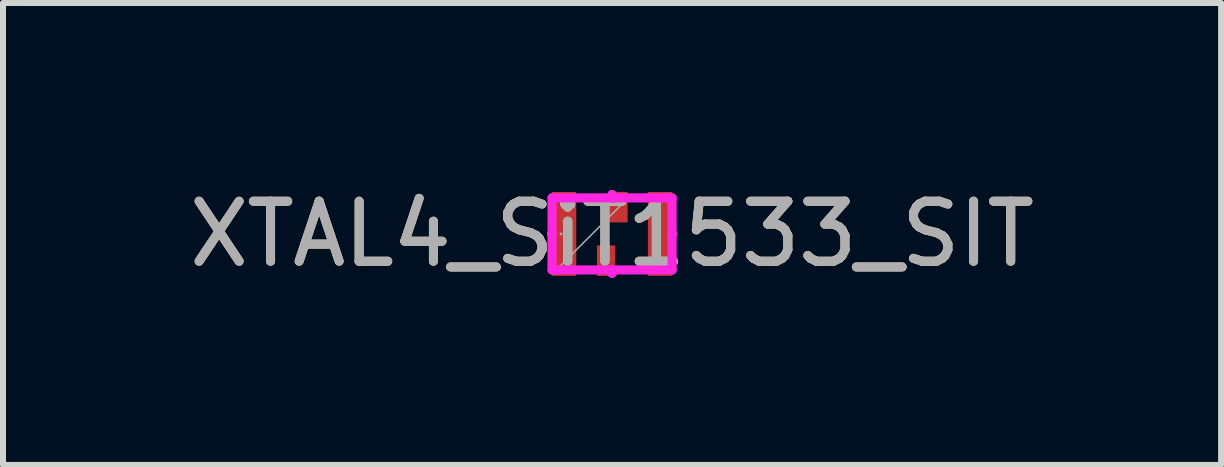
<source format=kicad_pcb>
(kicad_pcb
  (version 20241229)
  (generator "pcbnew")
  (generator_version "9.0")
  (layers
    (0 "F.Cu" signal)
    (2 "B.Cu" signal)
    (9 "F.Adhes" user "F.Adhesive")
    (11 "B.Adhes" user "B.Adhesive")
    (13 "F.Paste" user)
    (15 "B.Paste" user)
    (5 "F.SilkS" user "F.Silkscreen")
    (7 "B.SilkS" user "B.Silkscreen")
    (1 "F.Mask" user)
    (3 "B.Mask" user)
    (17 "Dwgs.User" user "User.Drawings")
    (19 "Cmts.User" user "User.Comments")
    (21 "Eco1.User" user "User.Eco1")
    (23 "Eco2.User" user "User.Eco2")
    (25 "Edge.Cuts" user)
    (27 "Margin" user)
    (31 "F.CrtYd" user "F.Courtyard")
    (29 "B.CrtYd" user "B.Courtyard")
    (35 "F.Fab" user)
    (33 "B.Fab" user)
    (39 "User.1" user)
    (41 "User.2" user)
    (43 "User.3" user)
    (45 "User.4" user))
  (footprint "XTAL4_SiT1533_SIT"
    (layer "F.Cu")
    (at 7.149 0.848)
    (property "Reference" "XTAL4_SiT1533_SIT" (at 0 0 0) (unlocked yes) (layer "F.SilkS") (effects (font (size 1 1) (thickness 0.15))))
    (attr smd)
    (fp_line (start -1.003 0) (end -1.003 0) (stroke (width 0.152) (type solid)) (layer "F.CrtYd"))
    (fp_line (start -1.003 0) (end -1 0) (stroke (width 0.152) (type solid)) (layer "F.CrtYd"))
    (fp_line (start -1 -0.6) (end 0 -0.6) (stroke (width 0.152) (type solid)) (layer "F.CrtYd"))
    (fp_line (start -1 0) (end -1.003 0) (stroke (width 0.152) (type solid)) (layer "F.CrtYd"))
    (fp_line (start -1 0) (end -1 -0.6) (stroke (width 0.152) (type solid)) (layer "F.CrtYd"))
    (fp_line (start -1 0.6) (end -1 0) (stroke (width 0.152) (type solid)) (layer "F.CrtYd"))
    (fp_line (start 0 -0.653) (end 0 -0.653) (stroke (width 0.152) (type solid)) (layer "F.CrtYd"))
    (fp_line (start 0 -0.653) (end 0 -0.6) (stroke (width 0.152) (type solid)) (layer "F.CrtYd"))
    (fp_line (start 0 -0.6) (end 0 -0.653) (stroke (width 0.152) (type solid)) (layer "F.CrtYd"))
    (fp_line (start 0 -0.6) (end 1 -0.6) (stroke (width 0.152) (type solid)) (layer "F.CrtYd"))
    (fp_line (start 0 0.6) (end -1 0.6) (stroke (width 0.152) (type solid)) (layer "F.CrtYd"))
    (fp_line (start 0 0.6) (end 0 0.653) (stroke (width 0.152) (type solid)) (layer "F.CrtYd"))
    (fp_line (start 0 0.653) (end 0 0.6) (stroke (width 0.152) (type solid)) (layer "F.CrtYd"))
    (fp_line (start 0 0.653) (end 0 0.653) (stroke (width 0.152) (type solid)) (layer "F.CrtYd"))
    (fp_line (start 1 -0.6) (end 1 0) (stroke (width 0.152) (type solid)) (layer "F.CrtYd"))
    (fp_line (start 1 0) (end 1 0.6) (stroke (width 0.152) (type solid)) (layer "F.CrtYd"))
    (fp_line (start 1 0) (end 1.003 0) (stroke (width 0.152) (type solid)) (layer "F.CrtYd"))
    (fp_line (start 1 0.6) (end 0 0.6) (stroke (width 0.152) (type solid)) (layer "F.CrtYd"))
    (fp_line (start 1.003 0) (end 1 0) (stroke (width 0.152) (type solid)) (layer "F.CrtYd"))
    (fp_line (start 1.003 0) (end 1.003 0) (stroke (width 0.152) (type solid)) (layer "F.CrtYd"))
    (fp_line (start -1 -0.6) (end -1 0.6) (stroke (width 0.025) (type solid)) (layer "F.Fab"))
    (fp_line (start -1 0.6) (end 1 0.6) (stroke (width 0.025) (type solid)) (layer "F.Fab"))
    (fp_line (start -1 0.67) (end 0.27 -0.6) (stroke (width 0.025) (type solid)) (layer "F.Fab"))
    (fp_line (start 1 -0.6) (end -1 -0.6) (stroke (width 0.025) (type solid)) (layer "F.Fab"))
    (fp_line (start 1 0.6) (end 1 -0.6) (stroke (width 0.025) (type solid)) (layer "F.Fab"))
    (fp_circle (center -0.851 0) (end -0.851 0) (stroke (width 0.025) (type solid)) (fill no) (layer "F.Fab"))
    (fp_text user "${REFERENCE}" (at 0 0 0) (unlocked yes) (layer "F.Fab") (effects (font (size 1 1) (thickness 0.15))))
    (pad "1" smd rect (at -0.8 0) (size 0.406 1.397) (layers "F.Cu" "F.Mask" "F.Paste"))
    (pad "2" smd rect (at -0.099 0.446 90) (size 0.508 0.305) (layers "F.Cu" "F.Mask" "F.Paste"))
    (pad "3" smd rect (at 0.8 0) (size 0.406 1.397) (layers "F.Cu" "F.Mask" "F.Paste"))
    (pad "4" smd rect (at 0.106 -0.446 90) (size 0.508 0.305) (layers "F.Cu" "F.Mask" "F.Paste")))
  (gr_rect
    (start -3 -3)
    (end 17.298 4.697)
    (stroke (width 0.1) (type default))
    (fill no)
    (layer "Edge.Cuts")))
</source>
